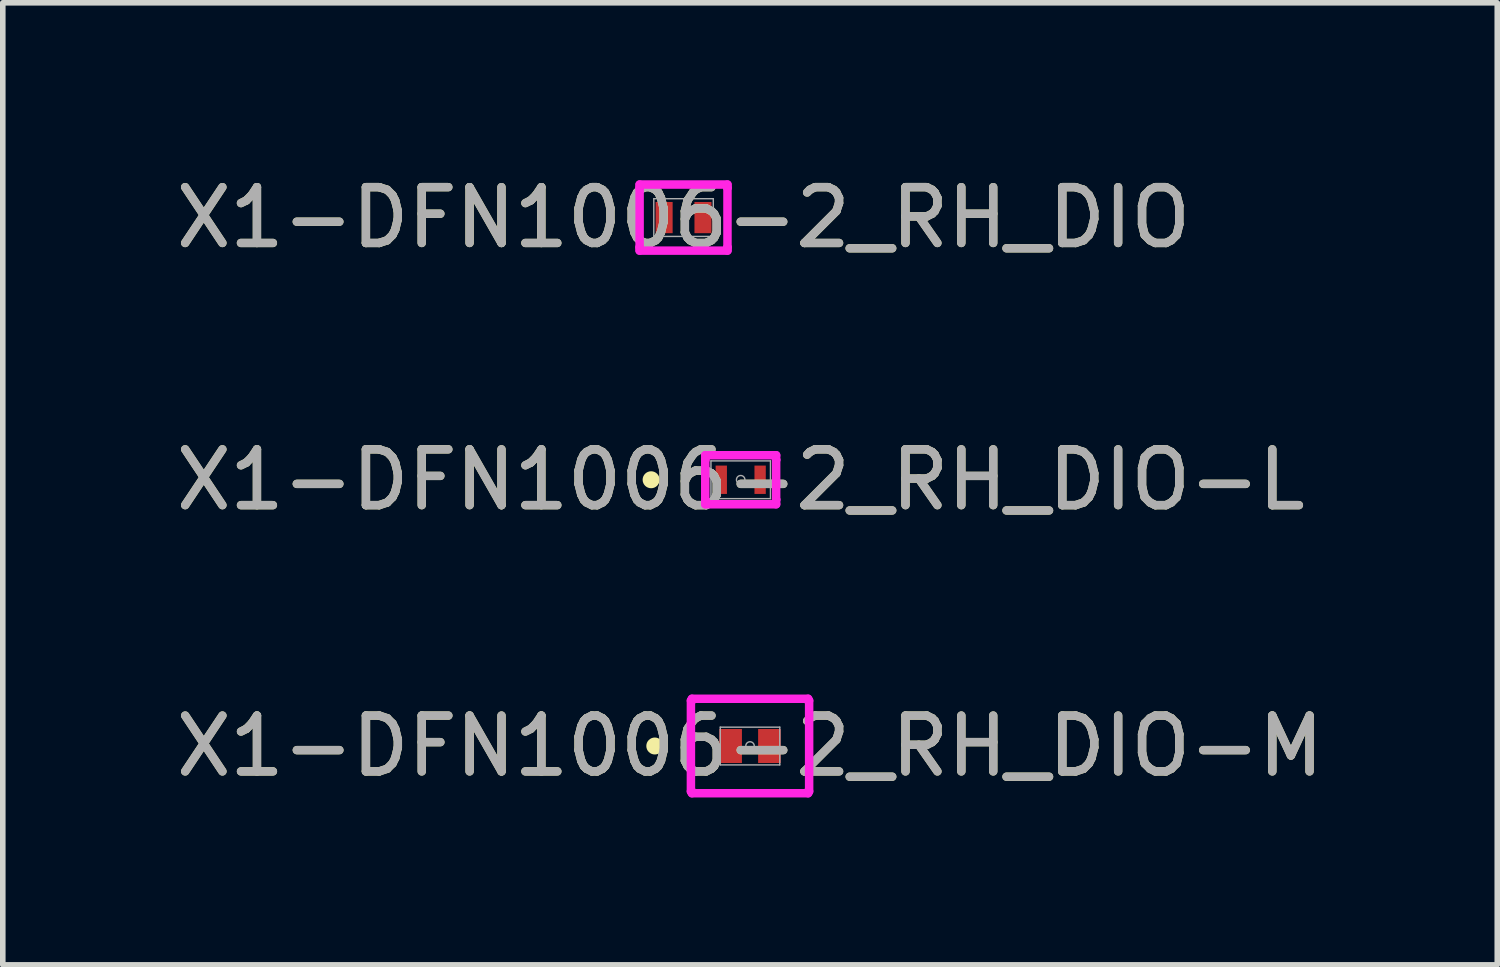
<source format=kicad_pcb>
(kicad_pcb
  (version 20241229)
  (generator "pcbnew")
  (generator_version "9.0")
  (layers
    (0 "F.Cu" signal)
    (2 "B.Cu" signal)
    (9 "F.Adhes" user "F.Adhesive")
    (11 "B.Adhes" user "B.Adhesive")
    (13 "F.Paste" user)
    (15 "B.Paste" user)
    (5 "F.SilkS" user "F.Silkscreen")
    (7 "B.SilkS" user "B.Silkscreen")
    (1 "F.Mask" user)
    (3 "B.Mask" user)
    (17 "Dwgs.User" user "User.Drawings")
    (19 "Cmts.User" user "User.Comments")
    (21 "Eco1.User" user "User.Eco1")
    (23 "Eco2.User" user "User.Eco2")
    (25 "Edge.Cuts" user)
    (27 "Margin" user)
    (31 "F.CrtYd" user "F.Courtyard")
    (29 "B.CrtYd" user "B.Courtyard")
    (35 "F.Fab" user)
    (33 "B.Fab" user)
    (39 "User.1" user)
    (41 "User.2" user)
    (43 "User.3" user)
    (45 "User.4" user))
  (footprint "X1-DFN1006-2_RH_DIO-L"
    (layer "F.Cu")
    (at 10.22 5.545)
    (property "Reference" "X1-DFN1006-2_RH_DIO-L" (at 0 0 0) (unlocked yes) (layer "F.SilkS") (effects (font (size 1 1) (thickness 0.15))))
    (attr smd)
    (fp_circle (center -1.605 0) (end -1.529 0) (stroke (width 0.152) (type solid)) (fill no) (layer "F.SilkS"))
    (fp_line (start -0.635 -0.439) (end 0.635 -0.439) (stroke (width 0.152) (type solid)) (layer "F.CrtYd"))
    (fp_line (start -0.635 -0.356) (end -0.635 -0.439) (stroke (width 0.152) (type solid)) (layer "F.CrtYd"))
    (fp_line (start -0.635 -0.356) (end -0.635 -0.356) (stroke (width 0.152) (type solid)) (layer "F.CrtYd"))
    (fp_line (start -0.635 0.356) (end -0.635 -0.356) (stroke (width 0.152) (type solid)) (layer "F.CrtYd"))
    (fp_line (start -0.635 0.356) (end -0.635 0.356) (stroke (width 0.152) (type solid)) (layer "F.CrtYd"))
    (fp_line (start -0.635 0.439) (end -0.635 0.356) (stroke (width 0.152) (type solid)) (layer "F.CrtYd"))
    (fp_line (start 0.635 -0.439) (end 0.635 -0.356) (stroke (width 0.152) (type solid)) (layer "F.CrtYd"))
    (fp_line (start 0.635 -0.356) (end 0.635 -0.356) (stroke (width 0.152) (type solid)) (layer "F.CrtYd"))
    (fp_line (start 0.635 -0.356) (end 0.635 0.356) (stroke (width 0.152) (type solid)) (layer "F.CrtYd"))
    (fp_line (start 0.635 0.356) (end 0.635 0.356) (stroke (width 0.152) (type solid)) (layer "F.CrtYd"))
    (fp_line (start 0.635 0.356) (end 0.635 0.439) (stroke (width 0.152) (type solid)) (layer "F.CrtYd"))
    (fp_line (start 0.635 0.439) (end -0.635 0.439) (stroke (width 0.152) (type solid)) (layer "F.CrtYd"))
    (fp_line (start -0.533 -0.338) (end -0.533 0.338) (stroke (width 0.025) (type solid)) (layer "F.Fab"))
    (fp_line (start -0.533 0.338) (end 0.533 0.338) (stroke (width 0.025) (type solid)) (layer "F.Fab"))
    (fp_line (start 0.533 -0.338) (end -0.533 -0.338) (stroke (width 0.025) (type solid)) (layer "F.Fab"))
    (fp_line (start 0.533 0.338) (end 0.533 -0.338) (stroke (width 0.025) (type solid)) (layer "F.Fab"))
    (fp_circle (center 0 0) (end 0.076 0) (stroke (width 0.025) (type solid)) (fill no) (layer "F.Fab"))
    (fp_text user "${REFERENCE}" (at 0 0 0) (unlocked yes) (layer "F.Fab") (effects (font (size 1 1) (thickness 0.15))))
    (pad "1" smd rect (at -0.348 0) (size 0.203 0.508) (layers "F.Cu" "F.Mask" "F.Paste"))
    (pad "2" smd rect (at 0.348 0) (size 0.203 0.508) (layers "F.Cu" "F.Mask" "F.Paste")))
  (footprint "X1-DFN1006-2_RH_DIO-M"
    (layer "F.Cu")
    (at 10.387 10.315)
    (property "Reference" "X1-DFN1006-2_RH_DIO-M" (at 0 0 0) (unlocked yes) (layer "F.SilkS") (effects (font (size 1 1) (thickness 0.15))))
    (attr smd)
    (fp_circle (center -1.706 0) (end -1.63 0) (stroke (width 0.152) (type solid)) (fill no) (layer "F.SilkS"))
    (fp_line (start -1.059 -0.813) (end -1.041 -0.813) (stroke (width 0.152) (type solid)) (layer "F.CrtYd"))
    (fp_line (start -1.059 0.813) (end -1.059 -0.813) (stroke (width 0.152) (type solid)) (layer "F.CrtYd"))
    (fp_line (start -1.059 0.813) (end -1.041 0.813) (stroke (width 0.152) (type solid)) (layer "F.CrtYd"))
    (fp_line (start -1.041 -0.846) (end 1.041 -0.846) (stroke (width 0.152) (type solid)) (layer "F.CrtYd"))
    (fp_line (start -1.041 -0.813) (end -1.041 -0.846) (stroke (width 0.152) (type solid)) (layer "F.CrtYd"))
    (fp_line (start -1.041 0.846) (end -1.041 0.813) (stroke (width 0.152) (type solid)) (layer "F.CrtYd"))
    (fp_line (start 1.041 -0.846) (end 1.041 -0.813) (stroke (width 0.152) (type solid)) (layer "F.CrtYd"))
    (fp_line (start 1.041 0.813) (end 1.041 0.846) (stroke (width 0.152) (type solid)) (layer "F.CrtYd"))
    (fp_line (start 1.041 0.846) (end -1.041 0.846) (stroke (width 0.152) (type solid)) (layer "F.CrtYd"))
    (fp_line (start 1.059 -0.813) (end 1.041 -0.813) (stroke (width 0.152) (type solid)) (layer "F.CrtYd"))
    (fp_line (start 1.059 -0.813) (end 1.059 0.813) (stroke (width 0.152) (type solid)) (layer "F.CrtYd"))
    (fp_line (start 1.059 0.813) (end 1.041 0.813) (stroke (width 0.152) (type solid)) (layer "F.CrtYd"))
    (fp_line (start -0.533 -0.338) (end -0.533 0.338) (stroke (width 0.025) (type solid)) (layer "F.Fab"))
    (fp_line (start -0.533 0.338) (end 0.533 0.338) (stroke (width 0.025) (type solid)) (layer "F.Fab"))
    (fp_line (start 0.533 -0.338) (end -0.533 -0.338) (stroke (width 0.025) (type solid)) (layer "F.Fab"))
    (fp_line (start 0.533 0.338) (end 0.533 -0.338) (stroke (width 0.025) (type solid)) (layer "F.Fab"))
    (fp_circle (center 0 0) (end 0.076 0) (stroke (width 0.025) (type solid)) (fill no) (layer "F.Fab"))
    (fp_text user "${REFERENCE}" (at 0 0 0) (unlocked yes) (layer "F.Fab") (effects (font (size 1 1) (thickness 0.15))))
    (pad "1" smd rect (at -0.348 0) (size 0.406 0.61) (layers "F.Cu" "F.Mask" "F.Paste"))
    (pad "2" smd rect (at 0.348 0) (size 0.406 0.61) (layers "F.Cu" "F.Mask" "F.Paste")))
  (footprint "X1-DFN1006-2_RH_DIO"
    (layer "F.Cu")
    (at 9.196 0.848)
    (property "Reference" "X1-DFN1006-2_RH_DIO" (at 0 0 0) (unlocked yes) (layer "F.SilkS") (effects (font (size 1 1) (thickness 0.15))))
    (attr smd)
    (fp_line (start -0.787 -0.592) (end 0.787 -0.592) (stroke (width 0.152) (type solid)) (layer "F.CrtYd"))
    (fp_line (start -0.787 -0.533) (end -0.787 -0.592) (stroke (width 0.152) (type solid)) (layer "F.CrtYd"))
    (fp_line (start -0.787 -0.533) (end -0.787 -0.533) (stroke (width 0.152) (type solid)) (layer "F.CrtYd"))
    (fp_line (start -0.787 0.533) (end -0.787 -0.533) (stroke (width 0.152) (type solid)) (layer "F.CrtYd"))
    (fp_line (start -0.787 0.533) (end -0.787 0.533) (stroke (width 0.152) (type solid)) (layer "F.CrtYd"))
    (fp_line (start -0.787 0.592) (end -0.787 0.533) (stroke (width 0.152) (type solid)) (layer "F.CrtYd"))
    (fp_line (start 0.787 -0.592) (end 0.787 -0.533) (stroke (width 0.152) (type solid)) (layer "F.CrtYd"))
    (fp_line (start 0.787 -0.533) (end 0.787 -0.533) (stroke (width 0.152) (type solid)) (layer "F.CrtYd"))
    (fp_line (start 0.787 -0.533) (end 0.787 0.533) (stroke (width 0.152) (type solid)) (layer "F.CrtYd"))
    (fp_line (start 0.787 0.533) (end 0.787 0.533) (stroke (width 0.152) (type solid)) (layer "F.CrtYd"))
    (fp_line (start 0.787 0.533) (end 0.787 0.592) (stroke (width 0.152) (type solid)) (layer "F.CrtYd"))
    (fp_line (start 0.787 0.592) (end -0.787 0.592) (stroke (width 0.152) (type solid)) (layer "F.CrtYd"))
    (fp_line (start -0.533 -0.338) (end -0.533 0.338) (stroke (width 0.025) (type solid)) (layer "F.Fab"))
    (fp_line (start -0.533 0.338) (end 0.533 0.338) (stroke (width 0.025) (type solid)) (layer "F.Fab"))
    (fp_line (start 0.533 -0.338) (end -0.533 -0.338) (stroke (width 0.025) (type solid)) (layer "F.Fab"))
    (fp_line (start 0.533 0.338) (end 0.533 -0.338) (stroke (width 0.025) (type solid)) (layer "F.Fab"))
    (fp_circle (center 0 0) (end 0 0) (stroke (width 0.025) (type solid)) (fill no) (layer "F.Fab"))
    (fp_text user "${REFERENCE}" (at 0 0 0) (unlocked yes) (layer "F.Fab") (effects (font (size 1 1) (thickness 0.15))))
    (pad "1" smd rect (at -0.348 0) (size 0.305 0.559) (layers "F.Cu" "F.Mask" "F.Paste"))
    (pad "2" smd rect (at 0.348 0) (size 0.305 0.559) (layers "F.Cu" "F.Mask" "F.Paste")))
  (gr_rect
    (start -3 -3)
    (end 23.774 14.236)
    (stroke (width 0.1) (type default))
    (fill no)
    (layer "Edge.Cuts")))
</source>
